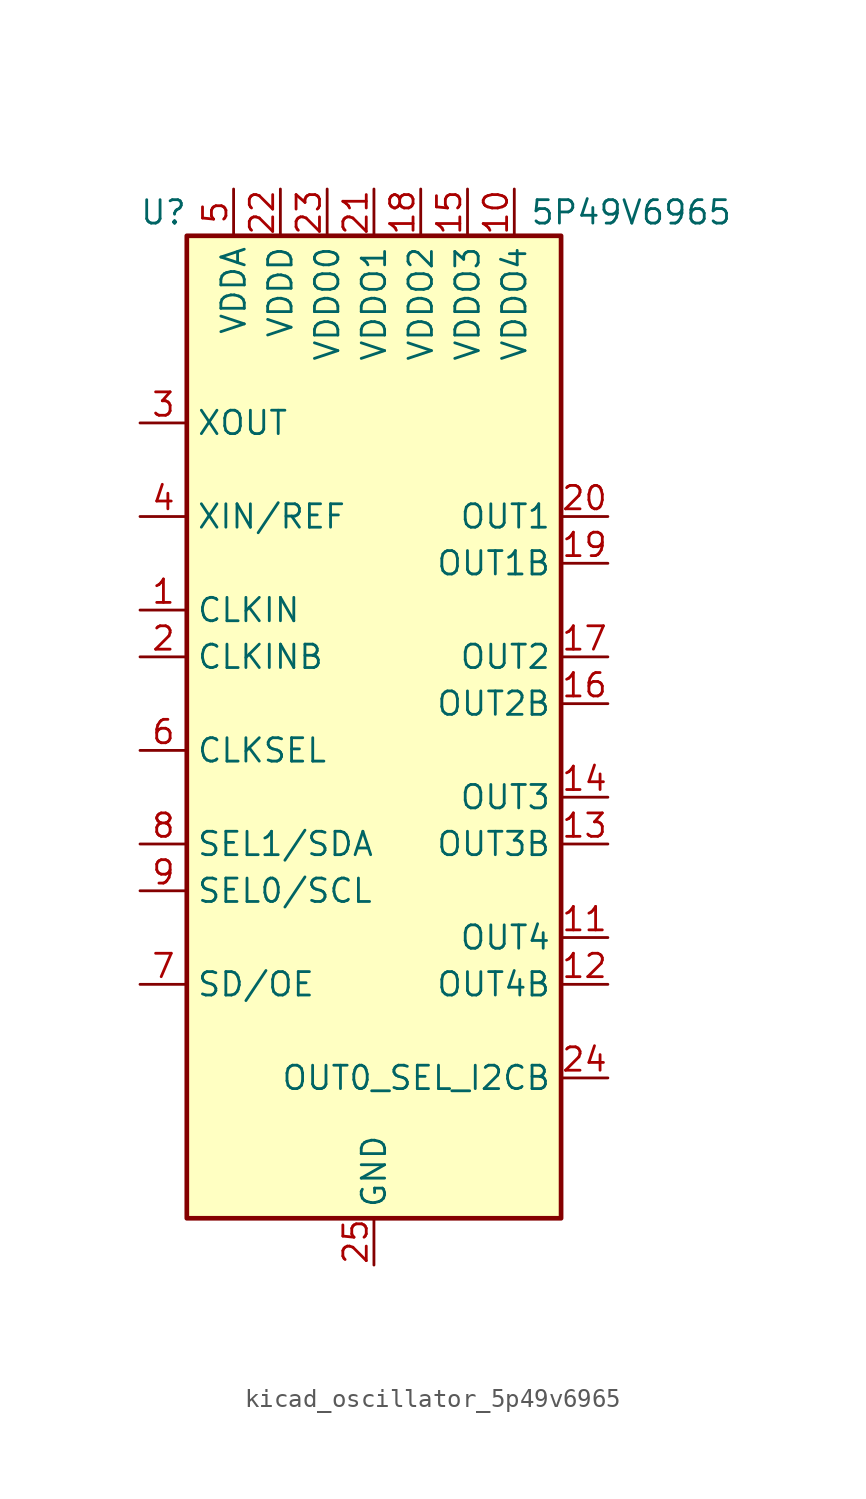
<source format=kicad_sym>
(kicad_symbol_lib
  (version 20220914)
  (generator kicad_symbol_editor)
  (symbol "kicad_oscillator_5p49v6965"
    (property "Reference" "U"
      (at -11.43 29.21 0)
      (effects (font (size 1.27 1.27))))
    (property "Value" "5P49V6965"
      (at 13.97 29.21 0)
      (effects (font (size 1.27 1.27))))
    (symbol "kicad_oscillator_5p49v6965_0_1"
      (rectangle (start -10.16 27.94) (end 10.16 -25.4) (stroke (width 0.254) (type default)) (fill (type background))))
    (symbol "kicad_oscillator_5p49v6965_1_1"
      (pin input line (at -12.7 7.62 0) (length 2.54) (name "CLKIN" (effects (font (size 1.27 1.27)))) (number "1" (effects (font (size 1.27 1.27)))))
      (pin power_in line (at 7.62 30.48 270) (length 2.54) (name "VDDO4" (effects (font (size 1.27 1.27)))) (number "10" (effects (font (size 1.27 1.27)))))
      (pin output line (at 12.7 -10.16 180) (length 2.54) (name "OUT4" (effects (font (size 1.27 1.27)))) (number "11" (effects (font (size 1.27 1.27)))))
      (pin output line (at 12.7 -12.7 180) (length 2.54) (name "OUT4B" (effects (font (size 1.27 1.27)))) (number "12" (effects (font (size 1.27 1.27)))))
      (pin output line (at 12.7 -5.08 180) (length 2.54) (name "OUT3B" (effects (font (size 1.27 1.27)))) (number "13" (effects (font (size 1.27 1.27)))))
      (pin output line (at 12.7 -2.54 180) (length 2.54) (name "OUT3" (effects (font (size 1.27 1.27)))) (number "14" (effects (font (size 1.27 1.27)))))
      (pin power_in line (at 5.08 30.48 270) (length 2.54) (name "VDDO3" (effects (font (size 1.27 1.27)))) (number "15" (effects (font (size 1.27 1.27)))))
      (pin output line (at 12.7 2.54 180) (length 2.54) (name "OUT2B" (effects (font (size 1.27 1.27)))) (number "16" (effects (font (size 1.27 1.27)))))
      (pin output line (at 12.7 5.08 180) (length 2.54) (name "OUT2" (effects (font (size 1.27 1.27)))) (number "17" (effects (font (size 1.27 1.27)))))
      (pin power_in line (at 2.54 30.48 270) (length 2.54) (name "VDDO2" (effects (font (size 1.27 1.27)))) (number "18" (effects (font (size 1.27 1.27)))))
      (pin output line (at 12.7 10.16 180) (length 2.54) (name "OUT1B" (effects (font (size 1.27 1.27)))) (number "19" (effects (font (size 1.27 1.27)))))
      (pin input line (at -12.7 5.08 0) (length 2.54) (name "CLKINB" (effects (font (size 1.27 1.27)))) (number "2" (effects (font (size 1.27 1.27)))))
      (pin output line (at 12.7 12.7 180) (length 2.54) (name "OUT1" (effects (font (size 1.27 1.27)))) (number "20" (effects (font (size 1.27 1.27)))))
      (pin power_in line (at 0 30.48 270) (length 2.54) (name "VDDO1" (effects (font (size 1.27 1.27)))) (number "21" (effects (font (size 1.27 1.27)))))
      (pin power_in line (at -5.08 30.48 270) (length 2.54) (name "VDDD" (effects (font (size 1.27 1.27)))) (number "22" (effects (font (size 1.27 1.27)))))
      (pin power_in line (at -2.54 30.48 270) (length 2.54) (name "VDDO0" (effects (font (size 1.27 1.27)))) (number "23" (effects (font (size 1.27 1.27)))))
      (pin bidirectional line (at 12.7 -17.78 180) (length 2.54) (name "OUT0_SEL_I2CB" (effects (font (size 1.27 1.27)))) (number "24" (effects (font (size 1.27 1.27)))))
      (pin power_in line (at 0 -27.94 90) (length 2.54) (name "GND" (effects (font (size 1.27 1.27)))) (number "25" (effects (font (size 1.27 1.27)))))
      (pin output line (at -12.7 17.78 0) (length 2.54) (name "XOUT" (effects (font (size 1.27 1.27)))) (number "3" (effects (font (size 1.27 1.27)))))
      (pin input line (at -12.7 12.7 0) (length 2.54) (name "XIN/REF" (effects (font (size 1.27 1.27)))) (number "4" (effects (font (size 1.27 1.27)))))
      (pin power_in line (at -7.62 30.48 270) (length 2.54) (name "VDDA" (effects (font (size 1.27 1.27)))) (number "5" (effects (font (size 1.27 1.27)))))
      (pin input line (at -12.7 0 0) (length 2.54) (name "CLKSEL" (effects (font (size 1.27 1.27)))) (number "6" (effects (font (size 1.27 1.27)))))
      (pin input line (at -12.7 -12.7 0) (length 2.54) (name "SD/OE" (effects (font (size 1.27 1.27)))) (number "7" (effects (font (size 1.27 1.27)))))
      (pin bidirectional line (at -12.7 -5.08 0) (length 2.54) (name "SEL1/SDA" (effects (font (size 1.27 1.27)))) (number "8" (effects (font (size 1.27 1.27)))))
      (pin input line (at -12.7 -7.62 0) (length 2.54) (name "SEL0/SCL" (effects (font (size 1.27 1.27)))) (number "9" (effects (font (size 1.27 1.27))))))))
</source>
